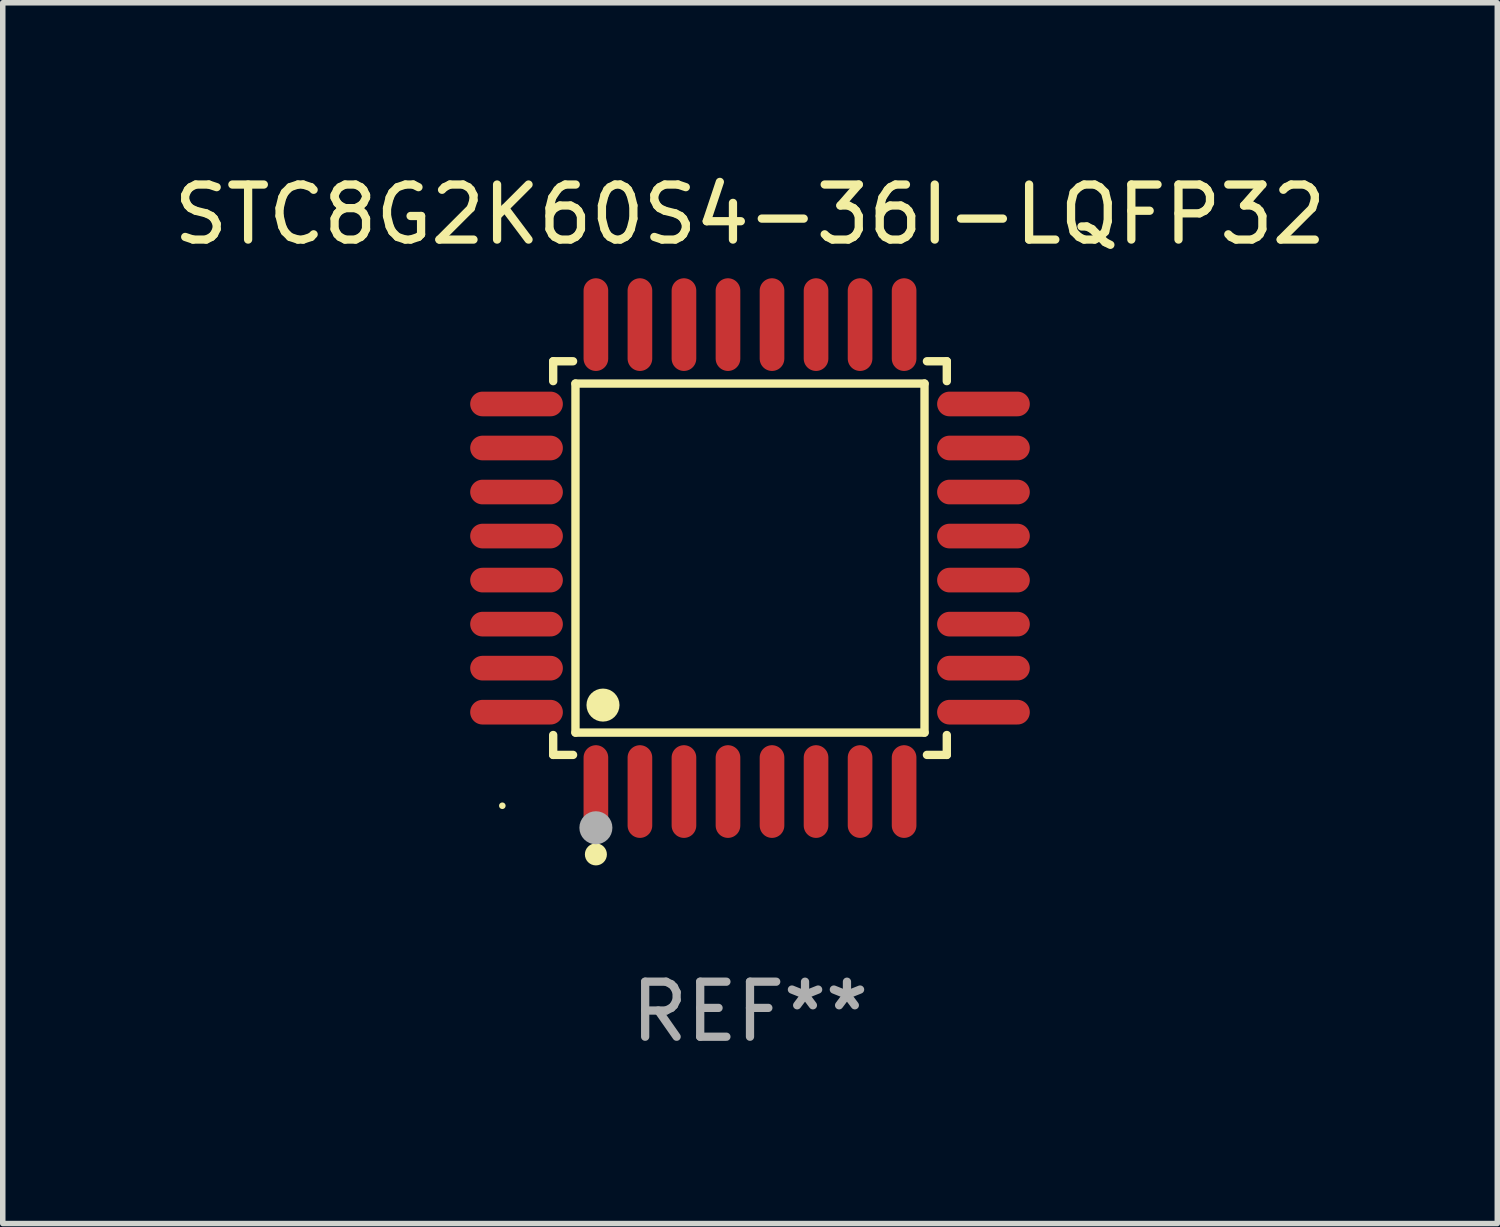
<source format=kicad_pcb>
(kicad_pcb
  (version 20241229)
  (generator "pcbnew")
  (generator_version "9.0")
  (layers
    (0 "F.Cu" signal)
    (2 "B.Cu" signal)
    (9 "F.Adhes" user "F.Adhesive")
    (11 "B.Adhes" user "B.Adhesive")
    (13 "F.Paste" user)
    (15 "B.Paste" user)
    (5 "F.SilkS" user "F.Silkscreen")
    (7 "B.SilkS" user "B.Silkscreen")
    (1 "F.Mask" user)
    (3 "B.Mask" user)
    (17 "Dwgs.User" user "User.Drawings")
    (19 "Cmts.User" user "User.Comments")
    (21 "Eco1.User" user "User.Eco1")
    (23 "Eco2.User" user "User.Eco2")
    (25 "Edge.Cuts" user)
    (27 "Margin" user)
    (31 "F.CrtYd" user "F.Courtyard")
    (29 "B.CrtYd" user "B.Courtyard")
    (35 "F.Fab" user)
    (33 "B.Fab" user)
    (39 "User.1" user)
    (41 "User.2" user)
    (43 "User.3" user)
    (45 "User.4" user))
  (footprint "STC8G2K60S4-36I-LQFP32"
    (layer "F.Cu")
    (at 10.577 7.09)
    (property "Reference" "STC8G2K60S4-36I-LQFP32" (at 0 -6.242 0) (layer "F.SilkS") (effects (font (size 1 1) (thickness 0.15))))
    (attr through_hole)
    (fp_line (start -3.576 -3.576) (end -3.215 -3.576) (stroke (width 0.152) (type solid)) (layer "F.SilkS"))
    (fp_line (start -3.576 -3.215) (end -3.576 -3.576) (stroke (width 0.152) (type solid)) (layer "F.SilkS"))
    (fp_line (start -3.576 3.215) (end -3.576 3.576) (stroke (width 0.152) (type solid)) (layer "F.SilkS"))
    (fp_line (start -3.576 3.576) (end -3.215 3.576) (stroke (width 0.152) (type solid)) (layer "F.SilkS"))
    (fp_line (start -3.171 -3.171) (end 3.171 -3.171) (stroke (width 0.152) (type solid)) (layer "F.SilkS"))
    (fp_line (start -3.171 3.171) (end -3.171 -3.171) (stroke (width 0.152) (type solid)) (layer "F.SilkS"))
    (fp_line (start 3.171 -3.171) (end 3.171 3.171) (stroke (width 0.152) (type solid)) (layer "F.SilkS"))
    (fp_line (start 3.171 3.171) (end -3.171 3.171) (stroke (width 0.152) (type solid)) (layer "F.SilkS"))
    (fp_line (start 3.576 -3.576) (end 3.215 -3.576) (stroke (width 0.152) (type solid)) (layer "F.SilkS"))
    (fp_line (start 3.576 -3.215) (end 3.576 -3.576) (stroke (width 0.152) (type solid)) (layer "F.SilkS"))
    (fp_line (start 3.576 3.215) (end 3.576 3.576) (stroke (width 0.152) (type solid)) (layer "F.SilkS"))
    (fp_line (start 3.576 3.576) (end 3.215 3.576) (stroke (width 0.152) (type solid)) (layer "F.SilkS"))
    (fp_circle (center -4.5 4.5) (end -4.47 4.5) (stroke (width 0.06) (type solid)) (fill no) (layer "F.SilkS"))
    (fp_circle (center -2.8 5.384) (end -2.7 5.384) (stroke (width 0.2) (type solid)) (fill no) (layer "F.SilkS"))
    (fp_circle (center -2.671 2.671) (end -2.521 2.671) (stroke (width 0.3) (type solid)) (fill no) (layer "F.SilkS"))
    (fp_circle (center -2.8 4.9) (end -2.65 4.9) (stroke (width 0.3) (type solid)) (fill no) (layer "F.Fab"))
    (fp_text user "REF**" (at 0 8.242 0) (layer "F.Fab") (effects (font (size 1 1) (thickness 0.15))))
    (pad "1" smd oval (at -2.8 4.242) (size 0.448 1.684) (layers "F.Cu" "F.Mask" "F.Paste"))
    (pad "2" smd oval (at -2 4.242) (size 0.448 1.684) (layers "F.Cu" "F.Mask" "F.Paste"))
    (pad "3" smd oval (at -1.2 4.242) (size 0.448 1.684) (layers "F.Cu" "F.Mask" "F.Paste"))
    (pad "4" smd oval (at -0.4 4.242) (size 0.448 1.684) (layers "F.Cu" "F.Mask" "F.Paste"))
    (pad "5" smd oval (at 0.4 4.242) (size 0.448 1.684) (layers "F.Cu" "F.Mask" "F.Paste"))
    (pad "6" smd oval (at 1.2 4.242) (size 0.448 1.684) (layers "F.Cu" "F.Mask" "F.Paste"))
    (pad "7" smd oval (at 2 4.242) (size 0.448 1.684) (layers "F.Cu" "F.Mask" "F.Paste"))
    (pad "8" smd oval (at 2.8 4.242) (size 0.448 1.684) (layers "F.Cu" "F.Mask" "F.Paste"))
    (pad "9" smd oval (at 4.242 2.8) (size 1.684 0.448) (layers "F.Cu" "F.Mask" "F.Paste"))
    (pad "10" smd oval (at 4.242 2) (size 1.684 0.448) (layers "F.Cu" "F.Mask" "F.Paste"))
    (pad "11" smd oval (at 4.242 1.2) (size 1.684 0.448) (layers "F.Cu" "F.Mask" "F.Paste"))
    (pad "12" smd oval (at 4.242 0.4) (size 1.684 0.448) (layers "F.Cu" "F.Mask" "F.Paste"))
    (pad "13" smd oval (at 4.242 -0.4) (size 1.684 0.448) (layers "F.Cu" "F.Mask" "F.Paste"))
    (pad "14" smd oval (at 4.242 -1.2) (size 1.684 0.448) (layers "F.Cu" "F.Mask" "F.Paste"))
    (pad "15" smd oval (at 4.242 -2) (size 1.684 0.448) (layers "F.Cu" "F.Mask" "F.Paste"))
    (pad "16" smd oval (at 4.242 -2.8) (size 1.684 0.448) (layers "F.Cu" "F.Mask" "F.Paste"))
    (pad "17" smd oval (at 2.8 -4.242) (size 0.448 1.684) (layers "F.Cu" "F.Mask" "F.Paste"))
    (pad "18" smd oval (at 2 -4.242) (size 0.448 1.684) (layers "F.Cu" "F.Mask" "F.Paste"))
    (pad "19" smd oval (at 1.2 -4.242) (size 0.448 1.684) (layers "F.Cu" "F.Mask" "F.Paste"))
    (pad "20" smd oval (at 0.4 -4.242) (size 0.448 1.684) (layers "F.Cu" "F.Mask" "F.Paste"))
    (pad "21" smd oval (at -0.4 -4.242) (size 0.448 1.684) (layers "F.Cu" "F.Mask" "F.Paste"))
    (pad "22" smd oval (at -1.2 -4.242) (size 0.448 1.684) (layers "F.Cu" "F.Mask" "F.Paste"))
    (pad "23" smd oval (at -2 -4.242) (size 0.448 1.684) (layers "F.Cu" "F.Mask" "F.Paste"))
    (pad "24" smd oval (at -2.8 -4.242) (size 0.448 1.684) (layers "F.Cu" "F.Mask" "F.Paste"))
    (pad "25" smd oval (at -4.242 -2.8) (size 1.684 0.448) (layers "F.Cu" "F.Mask" "F.Paste"))
    (pad "26" smd oval (at -4.242 -2) (size 1.684 0.448) (layers "F.Cu" "F.Mask" "F.Paste"))
    (pad "27" smd oval (at -4.242 -1.2) (size 1.684 0.448) (layers "F.Cu" "F.Mask" "F.Paste"))
    (pad "28" smd oval (at -4.242 -0.4) (size 1.684 0.448) (layers "F.Cu" "F.Mask" "F.Paste"))
    (pad "29" smd oval (at -4.242 0.4) (size 1.684 0.448) (layers "F.Cu" "F.Mask" "F.Paste"))
    (pad "30" smd oval (at -4.242 1.2) (size 1.684 0.448) (layers "F.Cu" "F.Mask" "F.Paste"))
    (pad "31" smd oval (at -4.242 2) (size 1.684 0.448) (layers "F.Cu" "F.Mask" "F.Paste"))
    (pad "32" smd oval (at -4.242 2.8) (size 1.684 0.448) (layers "F.Cu" "F.Mask" "F.Paste")))
  (gr_rect
    (start -3 -3)
    (end 24.155 19.181)
    (stroke (width 0.1) (type default))
    (fill no)
    (layer "Edge.Cuts")))
</source>
